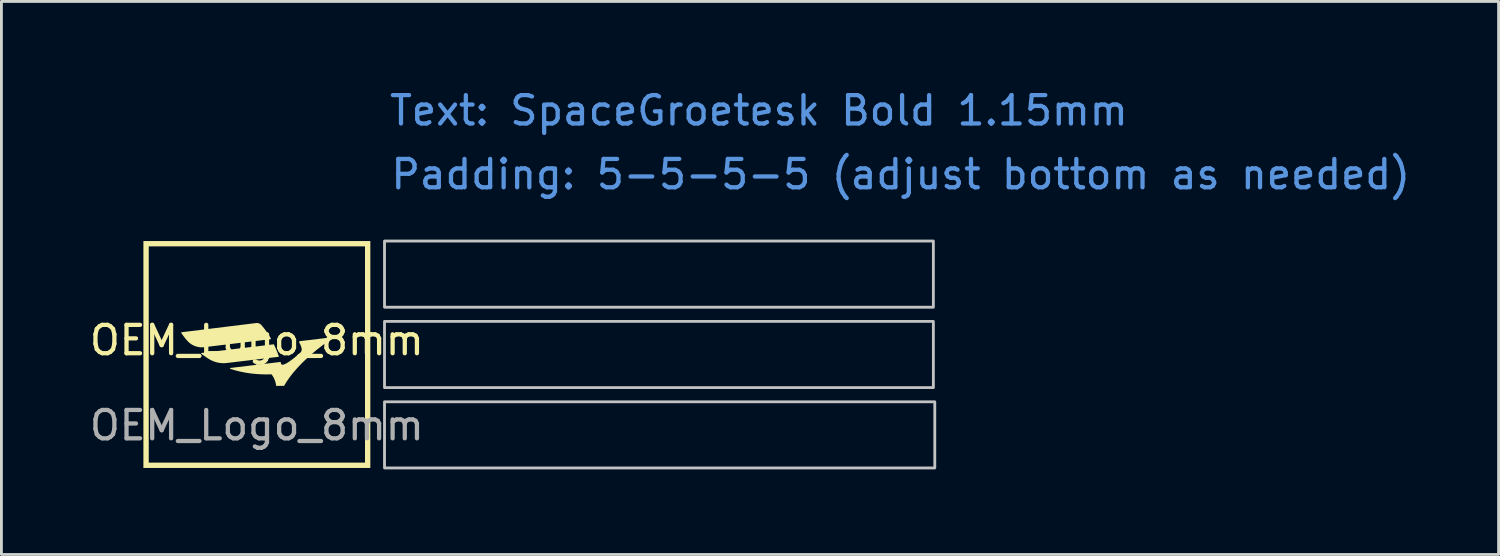
<source format=kicad_pcb>
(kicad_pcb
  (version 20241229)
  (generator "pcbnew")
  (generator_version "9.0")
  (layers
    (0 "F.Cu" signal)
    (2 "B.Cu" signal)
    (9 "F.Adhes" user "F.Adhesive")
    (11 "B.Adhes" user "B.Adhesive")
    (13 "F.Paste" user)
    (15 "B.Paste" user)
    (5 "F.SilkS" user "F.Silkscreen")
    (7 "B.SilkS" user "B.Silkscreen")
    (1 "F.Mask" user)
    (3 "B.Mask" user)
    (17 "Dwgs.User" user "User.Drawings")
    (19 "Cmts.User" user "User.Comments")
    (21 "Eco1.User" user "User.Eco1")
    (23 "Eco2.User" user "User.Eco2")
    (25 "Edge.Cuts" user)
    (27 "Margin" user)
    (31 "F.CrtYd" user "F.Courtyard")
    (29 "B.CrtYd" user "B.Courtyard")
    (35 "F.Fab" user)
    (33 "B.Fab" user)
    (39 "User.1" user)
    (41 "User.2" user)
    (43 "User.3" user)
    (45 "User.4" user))
  (footprint "OEM_Logo_8mm"
    (layer "F.Cu")
    (at 6.006 9.448)
    (property "Reference" "OEM_Logo_8mm" (at 0 -0.5 0) (unlocked yes) (layer "F.SilkS") (effects (font (size 1 1) (thickness 0.15))))
    (attr smd board_only exclude_from_pos_files exclude_from_bom)
    (fp_poly (pts (xy 4 3.998) (xy -4 3.998) (xy -4 0.49) (xy -0.948 0.49) (xy -0.948 0.491) (xy -0.948 0.493) (xy -0.947 0.494) (xy -0.947 0.495) (xy -0.946 0.497) (xy -0.946 0.498) (xy -0.945 0.499) (xy -0.944 0.5) (xy -0.943 0.501) (xy -0.942 0.502) (xy -0.941 0.503) (xy -0.94 0.504) (xy -0.938 0.505) (xy -0.937 0.506) (xy -0.935 0.506) (xy -0.781 0.554) (xy -0.62 0.596) (xy -0.452 0.632) (xy -0.277 0.661) (xy -0.186 0.673) (xy -0.094 0.683) (xy 0.000041 0.691) (xy 0.096 0.697) (xy 0.194 0.701) (xy 0.294 0.703) (xy 0.395 0.703) (xy 0.499 0.7) (xy 0.501 0.7) (xy 0.503 0.7) (xy 0.505 0.7) (xy 0.506 0.701) (xy 0.508 0.701) (xy 0.51 0.702) (xy 0.511 0.702) (xy 0.511 0.702) (xy 0.512 0.702) (xy 0.513 0.703) (xy 0.514 0.703) (xy 0.514 0.704) (xy 0.515 0.704) (xy 0.516 0.704) (xy 0.517 0.705) (xy 0.517 0.705) (xy 0.518 0.706) (xy 0.52 0.707) (xy 0.521 0.709) (xy 0.522 0.71) (xy 0.523 0.711) (xy 0.539 0.732) (xy 0.559 0.763) (xy 0.582 0.802) (xy 0.594 0.824) (xy 0.606 0.849) (xy 0.618 0.874) (xy 0.629 0.902) (xy 0.64 0.931) (xy 0.649 0.961) (xy 0.658 0.992) (xy 0.665 1.025) (xy 0.67 1.059) (xy 0.674 1.093) (xy 0.674 1.094) (xy 0.674 1.095) (xy 0.674 1.096) (xy 0.674 1.097) (xy 0.675 1.097) (xy 0.675 1.098) (xy 0.676 1.099) (xy 0.676 1.1) (xy 0.677 1.101) (xy 0.678 1.101) (xy 0.678 1.102) (xy 0.679 1.103) (xy 0.68 1.104) (xy 0.682 1.105) (xy 0.684 1.106) (xy 0.685 1.107) (xy 0.687 1.108) (xy 0.688 1.109) (xy 0.69 1.11) (xy 0.691 1.11) (xy 0.945 1.11) (xy 0.945 1.11) (xy 0.946 1.11) (xy 0.947 1.11) (xy 0.947 1.11) (xy 0.948 1.11) (xy 0.948 1.11) (xy 0.949 1.11) (xy 0.95 1.109) (xy 0.95 1.109) (xy 0.951 1.109) (xy 0.951 1.109) (xy 0.952 1.109) (xy 0.952 1.108) (xy 0.953 1.108) (xy 0.953 1.108) (xy 0.953 1.108) (xy 0.954 1.107) (xy 0.954 1.107) (xy 0.955 1.106) (xy 0.956 1.105) (xy 0.957 1.105) (xy 0.957 1.104) (xy 0.958 1.103) (xy 0.959 1.102) (xy 0.96 1.101) (xy 1.004 1.025) (xy 1.051 0.95) (xy 1.101 0.876) (xy 1.153 0.803) (xy 1.264 0.66) (xy 1.382 0.522) (xy 1.505 0.389) (xy 1.631 0.261) (xy 1.758 0.14) (xy 1.885 0.026) (xy 2.009 -0.081) (xy 2.129 -0.18) (xy 2.349 -0.351) (xy 2.531 -0.483) (xy 2.659 -0.572) (xy 2.657 -0.572) (xy 2.658 -0.573) (xy 2.659 -0.574) (xy 2.66 -0.575) (xy 2.661 -0.577) (xy 2.662 -0.578) (xy 2.663 -0.579) (xy 2.663 -0.581) (xy 2.664 -0.582) (xy 2.664 -0.583) (xy 2.664 -0.585) (xy 2.664 -0.586) (xy 2.664 -0.587) (xy 2.664 -0.589) (xy 2.664 -0.59) (xy 2.663 -0.591) (xy 2.663 -0.593) (xy 2.662 -0.594) (xy 2.662 -0.595) (xy 2.661 -0.596) (xy 2.66 -0.597) (xy 2.659 -0.598) (xy 2.659 -0.599) (xy 2.658 -0.6) (xy 2.656 -0.601) (xy 2.655 -0.601) (xy 2.654 -0.602) (xy 2.653 -0.602) (xy 2.651 -0.602) (xy 2.65 -0.602) (xy 2.648 -0.602) (xy 2.647 -0.602) (xy 2.645 -0.602) (xy 1.524 -0.468) (xy 1.52 -0.468) (xy 1.517 -0.467) (xy 1.513 -0.467) (xy 1.51 -0.466) (xy 1.507 -0.465) (xy 1.505 -0.464) (xy 1.502 -0.463) (xy 1.5 -0.462) (xy 1.498 -0.46) (xy 1.496 -0.459) (xy 1.494 -0.457) (xy 1.493 -0.456) (xy 1.492 -0.454) (xy 1.49 -0.452) (xy 1.489 -0.45) (xy 1.489 -0.448) (xy 1.488 -0.447) (xy 1.487 -0.445) (xy 1.487 -0.443) (xy 1.487 -0.441) (xy 1.487 -0.438) (xy 1.487 -0.436) (xy 1.487 -0.434) (xy 1.487 -0.432) (xy 1.488 -0.43) (xy 1.488 -0.428) (xy 1.489 -0.426) (xy 1.49 -0.424) (xy 1.491 -0.422) (xy 1.492 -0.42) (xy 1.493 -0.418) (xy 1.494 -0.416) (xy 1.507 -0.393) (xy 1.516 -0.376) (xy 1.527 -0.353) (xy 1.539 -0.327) (xy 1.544 -0.311) (xy 1.55 -0.295) (xy 1.556 -0.277) (xy 1.562 -0.258) (xy 1.568 -0.238) (xy 1.573 -0.216) (xy 1.574 -0.211) (xy 1.576 -0.204) (xy 1.576 -0.196) (xy 1.577 -0.187) (xy 1.577 -0.178) (xy 1.577 -0.168) (xy 1.575 -0.157) (xy 1.573 -0.146) (xy 1.57 -0.135) (xy 1.566 -0.123) (xy 1.561 -0.111) (xy 1.558 -0.105) (xy 1.555 -0.099) (xy 1.551 -0.093) (xy 1.547 -0.087) (xy 1.543 -0.081) (xy 1.538 -0.075) (xy 1.533 -0.069) (xy 1.527 -0.063) (xy 1.521 -0.057) (xy 1.515 -0.051) (xy 1.402 0.047) (xy 1.304 0.127) (xy 1.25 0.169) (xy 1.193 0.211) (xy 1.137 0.251) (xy 1.081 0.287) (xy 1.029 0.318) (xy 0.98 0.341) (xy 0.957 0.35) (xy 0.936 0.357) (xy 0.917 0.36) (xy 0.899 0.362) (xy 0.884 0.36) (xy 0.871 0.355) (xy 0.86 0.347) (xy 0.852 0.335) (xy 0.835 0.269) (xy 0.835 0.269) (xy 0.835 0.268) (xy 0.835 0.268) (xy 0.834 0.267) (xy 0.834 0.267) (xy 0.834 0.266) (xy 0.833 0.266) (xy 0.833 0.266) (xy 0.832 0.266) (xy 0.832 0.265) (xy 0.831 0.265) (xy 0.831 0.265) (xy 0.831 0.265) (xy 0.83 0.264) (xy 0.829 0.264) (xy 0.828 0.264) (xy 0.827 0.264) (xy 0.826 0.264) (xy 0.826 0.264) (xy 0.825 0.263) (xy 0.824 0.263) (xy -0.935 0.474) (xy -0.936 0.474) (xy -0.938 0.475) (xy -0.939 0.475) (xy -0.94 0.476) (xy -0.941 0.477) (xy -0.942 0.477) (xy -0.943 0.478) (xy -0.944 0.479) (xy -0.945 0.48) (xy -0.946 0.481) (xy -0.946 0.482) (xy -0.947 0.484) (xy -0.947 0.485) (xy -0.947 0.486) (xy -0.948 0.487) (xy -0.948 0.489) (xy -0.948 0.49) (xy -4 0.49) (xy -4 -0.039) (xy -1.963 -0.039) (xy -1.963 -0.037) (xy -1.963 -0.036) (xy -1.962 -0.035) (xy -1.962 -0.034) (xy -1.962 -0.033) (xy -1.961 -0.032) (xy -1.961 -0.031) (xy -1.96 -0.03) (xy -1.959 -0.029) (xy -1.959 -0.028) (xy -1.958 -0.027) (xy -1.957 -0.026) (xy -1.925 -0.002) (xy -1.894 0.021) (xy -1.861 0.045) (xy -1.828 0.068) (xy -1.794 0.091) (xy -1.759 0.114) (xy -1.724 0.136) (xy -1.688 0.158) (xy -1.652 0.179) (xy -1.616 0.199) (xy -1.578 0.216) (xy -1.54 0.233) (xy -1.502 0.247) (xy -1.463 0.26) (xy -1.423 0.272) (xy -1.384 0.281) (xy -1.343 0.289) (xy -1.303 0.296) (xy -1.262 0.3) (xy -1.221 0.303) (xy -1.179 0.304) (xy -1.138 0.304) (xy -1.097 0.301) (xy -1.055 0.297) (xy 0.768 0.079) (xy 0.768 0.079) (xy 0.769 0.079) (xy 0.769 0.079) (xy 0.77 0.079) (xy 0.77 0.079) (xy 0.77 0.078) (xy 0.771 0.078) (xy 0.771 0.078) (xy 0.772 0.078) (xy 0.772 0.078) (xy 0.772 0.077) (xy 0.772 0.077) (xy 0.773 0.077) (xy 0.773 0.076) (xy 0.773 0.076) (xy 0.773 0.076) (xy 0.773 0.075) (xy 0.774 0.075) (xy 0.774 0.074) (xy 0.774 0.074) (xy 0.774 0.073) (xy 0.774 0.073) (xy 0.774 0.072) (xy 0.774 0.071) (xy 0.774 0.07) (xy 0.774 0.069) (xy 0.773 0.068) (xy 0.754 0.012) (xy 0.735 -0.042) (xy 0.714 -0.096) (xy 0.692 -0.15) (xy 0.67 -0.202) (xy 0.647 -0.254) (xy 0.624 -0.305) (xy 0.6 -0.356) (xy 0.6 -0.356) (xy 0.6 -0.356) (xy 0.6 -0.357) (xy 0.599 -0.357) (xy 0.599 -0.357) (xy 0.599 -0.357) (xy 0.598 -0.358) (xy 0.598 -0.358) (xy 0.598 -0.358) (xy 0.597 -0.358) (xy 0.597 -0.358) (xy 0.596 -0.358) (xy 0.596 -0.359) (xy 0.595 -0.359) (xy 0.594 -0.359) (xy 0.593 -0.359) (xy 0.593 -0.359) (xy 0.592 -0.359) (xy 0.591 -0.359) (xy 0.591 -0.359) (xy -1.947 -0.056) (xy -1.949 -0.056) (xy -1.95 -0.056) (xy -1.951 -0.055) (xy -1.952 -0.055) (xy -1.954 -0.054) (xy -1.955 -0.054) (xy -1.956 -0.053) (xy -1.957 -0.052) (xy -1.958 -0.051) (xy -1.958 -0.05) (xy -1.959 -0.049) (xy -1.96 -0.048) (xy -1.96 -0.047) (xy -1.961 -0.046) (xy -1.961 -0.045) (xy -1.962 -0.043) (xy -1.962 -0.042) (xy -1.962 -0.041) (xy -1.963 -0.04) (xy -1.963 -0.039) (xy -4 -0.039) (xy -4 -0.768) (xy -2.667 -0.768) (xy -2.667 -0.767) (xy -2.667 -0.766) (xy -2.667 -0.765) (xy -2.667 -0.764) (xy -2.666 -0.763) (xy -2.666 -0.761) (xy -2.665 -0.76) (xy -2.665 -0.759) (xy -2.664 -0.758) (xy -2.664 -0.758) (xy -2.635 -0.716) (xy -2.615 -0.687) (xy -2.591 -0.654) (xy -2.563 -0.617) (xy -2.531 -0.577) (xy -2.494 -0.533) (xy -2.453 -0.485) (xy -2.425 -0.455) (xy -2.395 -0.426) (xy -2.363 -0.399) (xy -2.33 -0.375) (xy -2.296 -0.352) (xy -2.26 -0.332) (xy -2.223 -0.314) (xy -2.185 -0.298) (xy -2.146 -0.285) (xy -2.107 -0.274) (xy -2.066 -0.265) (xy -2.026 -0.258) (xy -1.984 -0.254) (xy -1.943 -0.253) (xy -1.901 -0.254) (xy -1.859 -0.258) (xy 0.491 -0.54) (xy 0.492 -0.54) (xy 0.492 -0.54) (xy 0.493 -0.54) (xy 0.493 -0.54) (xy 0.494 -0.54) (xy 0.494 -0.541) (xy 0.494 -0.541) (xy 0.495 -0.541) (xy 0.495 -0.542) (xy 0.496 -0.542) (xy 0.496 -0.542) (xy 0.496 -0.543) (xy 0.497 -0.543) (xy 0.497 -0.543) (xy 0.497 -0.544) (xy 0.497 -0.544) (xy 0.498 -0.545) (xy 0.498 -0.545) (xy 0.498 -0.546) (xy 0.498 -0.546) (xy 0.498 -0.547) (xy 0.498 -0.548) (xy 0.498 -0.548) (xy 0.498 -0.549) (xy 0.498 -0.549) (xy 0.498 -0.55) (xy 0.498 -0.55) (xy 0.498 -0.551) (xy 0.498 -0.551) (xy 0.497 -0.552) (xy 0.497 -0.553) (xy 0.497 -0.553) (xy 0.457 -0.622) (xy 0.416 -0.689) (xy 0.374 -0.753) (xy 0.331 -0.815) (xy 0.288 -0.875) (xy 0.245 -0.932) (xy 0.201 -0.986) (xy 0.156 -1.037) (xy 0.147 -1.047) (xy 0.137 -1.056) (xy 0.127 -1.064) (xy 0.116 -1.072) (xy 0.105 -1.079) (xy 0.093 -1.086) (xy 0.082 -1.092) (xy 0.07 -1.097) (xy 0.057 -1.101) (xy 0.045 -1.105) (xy 0.032 -1.107) (xy 0.019 -1.109) (xy 0.006 -1.111) (xy -0.007 -1.111) (xy -0.02 -1.111) (xy -0.034 -1.11) (xy -2.651 -0.786) (xy -2.652 -0.786) (xy -2.653 -0.786) (xy -2.655 -0.786) (xy -2.656 -0.785) (xy -2.657 -0.785) (xy -2.658 -0.784) (xy -2.659 -0.783) (xy -2.66 -0.783) (xy -2.661 -0.782) (xy -2.661 -0.781) (xy -2.662 -0.781) (xy -2.663 -0.78) (xy -2.664 -0.779) (xy -2.664 -0.778) (xy -2.665 -0.777) (xy -2.665 -0.776) (xy -2.666 -0.775) (xy -2.666 -0.774) (xy -2.666 -0.773) (xy -2.667 -0.772) (xy -2.667 -0.77) (xy -2.667 -0.769) (xy -2.667 -0.768) (xy -4 -0.768) (xy -4 -4) (xy 4 -4)) (stroke (width 0) (type solid)) (fill yes) (layer "F.Mask"))
    (fp_poly (pts (xy 4 4) (xy -4 4) (xy -4 3.812) (xy -3.812 3.812) (xy 3.812 3.812) (xy 3.812 -3.812) (xy -3.812 -3.812) (xy -3.812 3.812) (xy -4 3.812) (xy -4 -4) (xy 4 -4)) (stroke (width 0) (type solid)) (fill yes) (layer "F.SilkS"))
    (fp_poly (pts (xy 0.008 -1.111) (xy 0.021 -1.11) (xy 0.034 -1.108) (xy 0.047 -1.105) (xy 0.059 -1.102) (xy 0.072 -1.098) (xy 0.084 -1.093) (xy 0.095 -1.087) (xy 0.107 -1.08) (xy 0.118 -1.073) (xy 0.128 -1.066) (xy 0.139 -1.057) (xy 0.149 -1.048) (xy 0.158 -1.039) (xy 0.202 -0.987) (xy 0.246 -0.933) (xy 0.29 -0.875) (xy 0.333 -0.816) (xy 0.376 -0.753) (xy 0.418 -0.689) (xy 0.459 -0.622) (xy 0.499 -0.553) (xy 0.499 -0.553) (xy 0.499 -0.552) (xy 0.499 -0.551) (xy 0.499 -0.551) (xy 0.499 -0.55) (xy 0.499 -0.55) (xy 0.498 -0.549) (xy 0.498 -0.549) (xy 0.498 -0.548) (xy 0.498 -0.548) (xy 0.497 -0.547) (xy 0.497 -0.546) (xy 0.497 -0.546) (xy 0.496 -0.545) (xy 0.496 -0.544) (xy 0.495 -0.543) (xy 0.494 -0.543) (xy 0.493 -0.542) (xy 0.493 -0.541) (xy 0.491 -0.54) (xy 0.491 -0.54) (xy -1.859 -0.258) (xy -1.901 -0.254) (xy -1.942 -0.253) (xy -1.983 -0.254) (xy -2.025 -0.258) (xy -2.065 -0.265) (xy -2.105 -0.274) (xy -2.145 -0.285) (xy -2.184 -0.298) (xy -2.222 -0.314) (xy -2.259 -0.332) (xy -2.294 -0.352) (xy -2.329 -0.375) (xy -2.362 -0.399) (xy -2.394 -0.426) (xy -2.425 -0.455) (xy -2.453 -0.485) (xy -2.474 -0.509) (xy -2.494 -0.532) (xy -2.513 -0.554) (xy -2.531 -0.576) (xy -2.547 -0.597) (xy -2.563 -0.617) (xy -2.591 -0.654) (xy -2.615 -0.687) (xy -2.635 -0.715) (xy -2.652 -0.739) (xy -2.664 -0.758) (xy -2.665 -0.759) (xy -2.665 -0.76) (xy -2.665 -0.761) (xy -2.666 -0.763) (xy -2.666 -0.764) (xy -2.666 -0.765) (xy -2.666 -0.766) (xy -2.666 -0.767) (xy -2.666 -0.768) (xy -2.666 -0.769) (xy -2.666 -0.77) (xy -2.666 -0.772) (xy -2.666 -0.773) (xy -2.665 -0.774) (xy -2.665 -0.775) (xy -2.665 -0.776) (xy -2.664 -0.777) (xy -2.664 -0.777) (xy -2.663 -0.778) (xy -2.662 -0.779) (xy -2.662 -0.78) (xy -2.661 -0.781) (xy -2.66 -0.781) (xy -2.659 -0.782) (xy -2.659 -0.783) (xy -2.658 -0.783) (xy -2.657 -0.784) (xy -2.656 -0.784) (xy -2.654 -0.784) (xy -2.653 -0.784) (xy -2.652 -0.785) (xy -2.651 -0.785) (xy -0.034 -1.108) (xy -0.032 -1.11) (xy -0.019 -1.111) (xy -0.005 -1.112)) (stroke (width 0) (type solid)) (fill yes) (layer "F.SilkS"))
    (fp_poly (pts (xy 0.593 -0.359) (xy 0.594 -0.359) (xy 0.595 -0.359) (xy 0.596 -0.359) (xy 0.597 -0.359) (xy 0.597 -0.359) (xy 0.597 -0.359) (xy 0.598 -0.358) (xy 0.598 -0.358) (xy 0.598 -0.358) (xy 0.599 -0.358) (xy 0.599 -0.358) (xy 0.599 -0.358) (xy 0.6 -0.357) (xy 0.6 -0.357) (xy 0.6 -0.357) (xy 0.601 -0.357) (xy 0.601 -0.356) (xy 0.601 -0.356) (xy 0.601 -0.356) (xy 0.602 -0.356) (xy 0.602 -0.355) (xy 0.602 -0.355) (xy 0.602 -0.355) (xy 0.602 -0.354) (xy 0.602 -0.354) (xy 0.602 -0.354) (xy 0.626 -0.303) (xy 0.649 -0.251) (xy 0.672 -0.199) (xy 0.694 -0.147) (xy 0.715 -0.094) (xy 0.736 -0.04) (xy 0.756 0.014) (xy 0.775 0.07) (xy 0.775 0.07) (xy 0.775 0.071) (xy 0.775 0.071) (xy 0.775 0.072) (xy 0.775 0.072) (xy 0.775 0.073) (xy 0.775 0.073) (xy 0.775 0.074) (xy 0.775 0.074) (xy 0.774 0.075) (xy 0.774 0.075) (xy 0.774 0.076) (xy 0.773 0.076) (xy 0.773 0.077) (xy 0.772 0.077) (xy 0.771 0.078) (xy 0.771 0.079) (xy 0.77 0.079) (xy 0.769 0.08) (xy 0.768 0.081) (xy 0.768 0.081) (xy -1.055 0.299) (xy -1.097 0.303) (xy -1.138 0.306) (xy -1.179 0.306) (xy -1.221 0.305) (xy -1.262 0.302) (xy -1.303 0.297) (xy -1.343 0.291) (xy -1.384 0.283) (xy -1.423 0.274) (xy -1.463 0.262) (xy -1.502 0.249) (xy -1.54 0.235) (xy -1.578 0.218) (xy -1.616 0.201) (xy -1.652 0.181) (xy -1.688 0.16) (xy -1.724 0.137) (xy -1.759 0.114) (xy -1.794 0.092) (xy -1.828 0.068) (xy -1.861 0.045) (xy -1.894 0.022) (xy -1.925 -0.001) (xy -1.957 -0.024) (xy -1.955 -0.024) (xy -1.956 -0.025) (xy -1.957 -0.026) (xy -1.958 -0.027) (xy -1.959 -0.028) (xy -1.96 -0.03) (xy -1.96 -0.031) (xy -1.961 -0.032) (xy -1.961 -0.033) (xy -1.962 -0.034) (xy -1.962 -0.036) (xy -1.962 -0.037) (xy -1.962 -0.038) (xy -1.962 -0.039) (xy -1.962 -0.041) (xy -1.962 -0.042) (xy -1.962 -0.043) (xy -1.961 -0.044) (xy -1.961 -0.045) (xy -1.96 -0.046) (xy -1.96 -0.047) (xy -1.959 -0.048) (xy -1.958 -0.049) (xy -1.958 -0.05) (xy -1.957 -0.051) (xy -1.956 -0.052) (xy -1.955 -0.053) (xy -1.954 -0.053) (xy -1.952 -0.054) (xy -1.951 -0.054) (xy -1.95 -0.054) (xy -1.949 -0.054) (xy -1.947 -0.055) (xy 0.593 -0.359)) (stroke (width 0) (type solid)) (fill yes) (layer "F.SilkS"))
    (fp_poly (pts (xy 2.654 -0.606) (xy 2.656 -0.606) (xy 2.657 -0.606) (xy 2.659 -0.605) (xy 2.66 -0.605) (xy 2.661 -0.604) (xy 2.662 -0.603) (xy 2.664 -0.602) (xy 2.665 -0.601) (xy 2.666 -0.6) (xy 2.666 -0.599) (xy 2.667 -0.598) (xy 2.668 -0.597) (xy 2.668 -0.596) (xy 2.669 -0.594) (xy 2.669 -0.593) (xy 2.67 -0.592) (xy 2.67 -0.59) (xy 2.67 -0.589) (xy 2.67 -0.588) (xy 2.67 -0.586) (xy 2.669 -0.585) (xy 2.669 -0.584) (xy 2.668 -0.582) (xy 2.668 -0.581) (xy 2.667 -0.58) (xy 2.666 -0.579) (xy 2.665 -0.578) (xy 2.664 -0.577) (xy 2.662 -0.576) (xy 2.535 -0.486) (xy 2.353 -0.353) (xy 2.133 -0.182) (xy 2.013 -0.083) (xy 1.888 0.024) (xy 1.762 0.138) (xy 1.634 0.259) (xy 1.508 0.387) (xy 1.386 0.52) (xy 1.268 0.658) (xy 1.157 0.801) (xy 1.055 0.948) (xy 0.963 1.099) (xy 0.963 1.099) (xy 0.963 1.1) (xy 0.962 1.1) (xy 0.961 1.101) (xy 0.959 1.102) (xy 0.958 1.102) (xy 0.957 1.103) (xy 0.956 1.103) (xy 0.954 1.104) (xy 0.952 1.105) (xy 0.95 1.106) (xy 0.948 1.106) (xy 0.692 1.106) (xy 0.692 1.106) (xy 0.691 1.106) (xy 0.69 1.106) (xy 0.689 1.106) (xy 0.688 1.106) (xy 0.687 1.106) (xy 0.687 1.106) (xy 0.686 1.105) (xy 0.685 1.105) (xy 0.684 1.105) (xy 0.684 1.104) (xy 0.683 1.104) (xy 0.682 1.104) (xy 0.682 1.103) (xy 0.681 1.103) (xy 0.68 1.102) (xy 0.68 1.102) (xy 0.679 1.101) (xy 0.679 1.101) (xy 0.678 1.1) (xy 0.678 1.1) (xy 0.678 1.099) (xy 0.677 1.098) (xy 0.677 1.098) (xy 0.677 1.097) (xy 0.676 1.096) (xy 0.676 1.095) (xy 0.676 1.095) (xy 0.676 1.094) (xy 0.676 1.093) (xy 0.676 1.092) (xy 0.675 1.091) (xy 0.674 1.074) (xy 0.672 1.057) (xy 0.669 1.04) (xy 0.666 1.023) (xy 0.663 1.007) (xy 0.659 0.991) (xy 0.65 0.959) (xy 0.64 0.929) (xy 0.63 0.9) (xy 0.618 0.873) (xy 0.607 0.847) (xy 0.595 0.823) (xy 0.583 0.8) (xy 0.571 0.78) (xy 0.56 0.761) (xy 0.549 0.745) (xy 0.54 0.731) (xy 0.525 0.709) (xy 0.524 0.708) (xy 0.523 0.707) (xy 0.521 0.706) (xy 0.52 0.704) (xy 0.519 0.703) (xy 0.517 0.702) (xy 0.516 0.702) (xy 0.514 0.701) (xy 0.513 0.7) (xy 0.511 0.7) (xy 0.509 0.699) (xy 0.507 0.699) (xy 0.506 0.698) (xy 0.504 0.698) (xy 0.502 0.698) (xy 0.501 0.698) (xy 0.397 0.701) (xy 0.295 0.701) (xy 0.195 0.699) (xy 0.097 0.695) (xy 0.001 0.689) (xy -0.094 0.681) (xy -0.186 0.671) (xy -0.277 0.659) (xy -0.365 0.646) (xy -0.452 0.63) (xy -0.537 0.613) (xy -0.62 0.595) (xy -0.702 0.575) (xy -0.781 0.553) (xy -0.935 0.506) (xy -0.937 0.506) (xy -0.938 0.505) (xy -0.939 0.504) (xy -0.94 0.503) (xy -0.942 0.502) (xy -0.942 0.501) (xy -0.943 0.5) (xy -0.944 0.499) (xy -0.945 0.498) (xy -0.945 0.497) (xy -0.945 0.495) (xy -0.946 0.494) (xy -0.946 0.493) (xy -0.946 0.491) (xy -0.946 0.49) (xy -0.946 0.489) (xy -0.946 0.487) (xy -0.945 0.486) (xy -0.945 0.485) (xy -0.944 0.484) (xy -0.944 0.482) (xy -0.943 0.481) (xy -0.942 0.48) (xy -0.941 0.479) (xy -0.94 0.478) (xy -0.939 0.477) (xy -0.938 0.477) (xy -0.937 0.476) (xy -0.936 0.475) (xy -0.934 0.475) (xy -0.933 0.474) (xy -0.931 0.474) (xy 0.828 0.263) (xy 0.828 0.263) (xy 0.829 0.263) (xy 0.829 0.263) (xy 0.829 0.263) (xy 0.83 0.263) (xy 0.83 0.263) (xy 0.831 0.263) (xy 0.831 0.263) (xy 0.831 0.263) (xy 0.832 0.263) (xy 0.832 0.263) (xy 0.833 0.263) (xy 0.833 0.264) (xy 0.833 0.264) (xy 0.834 0.264) (xy 0.834 0.264) (xy 0.834 0.264) (xy 0.835 0.265) (xy 0.835 0.265) (xy 0.835 0.265) (xy 0.836 0.265) (xy 0.836 0.266) (xy 0.836 0.266) (xy 0.836 0.266) (xy 0.837 0.267) (xy 0.837 0.267) (xy 0.837 0.267) (xy 0.837 0.268) (xy 0.837 0.268) (xy 0.837 0.268) (xy 0.837 0.269) (xy 0.837 0.269) (xy 0.846 0.301) (xy 0.85 0.316) (xy 0.854 0.331) (xy 0.862 0.344) (xy 0.872 0.352) (xy 0.885 0.358) (xy 0.9 0.36) (xy 0.917 0.359) (xy 0.937 0.356) (xy 0.957 0.35) (xy 0.98 0.341) (xy 1.004 0.331) (xy 1.029 0.318) (xy 1.082 0.288) (xy 1.137 0.252) (xy 1.194 0.212) (xy 1.25 0.17) (xy 1.305 0.128) (xy 1.403 0.047) (xy 1.517 -0.051) (xy 1.523 -0.057) (xy 1.529 -0.063) (xy 1.535 -0.069) (xy 1.54 -0.075) (xy 1.545 -0.081) (xy 1.55 -0.087) (xy 1.554 -0.093) (xy 1.558 -0.099) (xy 1.561 -0.105) (xy 1.564 -0.111) (xy 1.567 -0.117) (xy 1.569 -0.123) (xy 1.571 -0.129) (xy 1.573 -0.135) (xy 1.575 -0.141) (xy 1.576 -0.146) (xy 1.578 -0.157) (xy 1.579 -0.168) (xy 1.58 -0.178) (xy 1.58 -0.187) (xy 1.58 -0.196) (xy 1.579 -0.204) (xy 1.578 -0.211) (xy 1.577 -0.216) (xy 1.571 -0.238) (xy 1.566 -0.258) (xy 1.56 -0.277) (xy 1.554 -0.295) (xy 1.548 -0.311) (xy 1.542 -0.327) (xy 1.536 -0.341) (xy 1.531 -0.353) (xy 1.525 -0.365) (xy 1.52 -0.376) (xy 1.515 -0.385) (xy 1.51 -0.393) (xy 1.506 -0.401) (xy 1.502 -0.407) (xy 1.496 -0.416) (xy 1.498 -0.42) (xy 1.496 -0.422) (xy 1.495 -0.424) (xy 1.494 -0.426) (xy 1.494 -0.428) (xy 1.493 -0.43) (xy 1.492 -0.432) (xy 1.491 -0.434) (xy 1.491 -0.436) (xy 1.491 -0.438) (xy 1.49 -0.44) (xy 1.49 -0.442) (xy 1.491 -0.444) (xy 1.491 -0.446) (xy 1.491 -0.448) (xy 1.492 -0.45) (xy 1.492 -0.452) (xy 1.493 -0.454) (xy 1.494 -0.456) (xy 1.495 -0.458) (xy 1.497 -0.459) (xy 1.498 -0.461) (xy 1.5 -0.463) (xy 1.502 -0.464) (xy 1.504 -0.465) (xy 1.506 -0.467) (xy 1.509 -0.468) (xy 1.511 -0.469) (xy 1.514 -0.47) (xy 1.517 -0.471) (xy 1.52 -0.471) (xy 1.524 -0.472) (xy 1.528 -0.472) (xy 2.649 -0.606) (xy 2.651 -0.606) (xy 2.653 -0.606)) (stroke (width 0) (type solid)) (fill yes) (layer "F.SilkS"))
    (fp_rect (start 4.5 -4) (end 23.85 -1.667) (stroke (width 0.1) (type solid)) (fill no) (layer "Dwgs.User"))
    (fp_rect (start 4.5 -1.167) (end 23.85 1.167) (stroke (width 0.1) (type solid)) (fill no) (layer "Dwgs.User"))
    (fp_rect (start 4.5 1.667) (end 23.9 4) (stroke (width 0.1) (type solid)) (fill no) (layer "Dwgs.User"))
    (fp_text user "Text: SpaceGroetesk Bold 1.15mm" (at 17.7 -8.6 0) (unlocked yes) (layer "Cmts.User") (effects (font (size 1 1) (thickness 0.15))))
    (fp_text user "Padding: 5-5-5-5 (adjust bottom as needed)" (at 22.7 -6.35 0) (unlocked yes) (layer "Cmts.User") (effects (font (size 1 1) (thickness 0.15))))
    (fp_text user "${REFERENCE}" (at 0 2.5 0) (unlocked yes) (layer "F.Fab") (effects (font (size 1 1) (thickness 0.15)))))
  (gr_rect
    (start -3 -3)
    (end 49.783 16.498)
    (stroke (width 0.1) (type default))
    (fill no)
    (layer "Edge.Cuts")))
</source>
